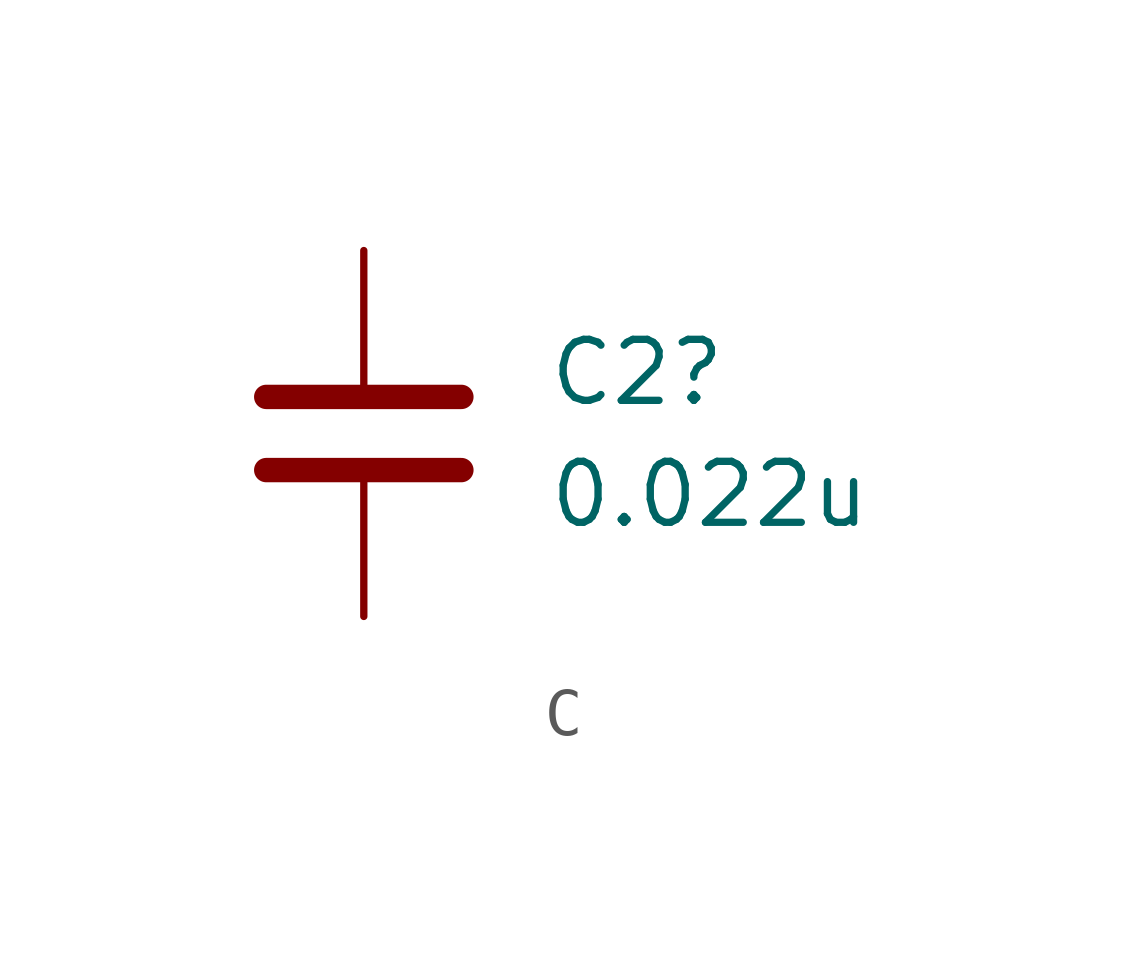
<source format=kicad_sym>
(kicad_symbol_lib
  (version 20231120)
  (generator "kicad_symbol_editor")
  (generator_version "8.0")
  (symbol "C"
    (pin_numbers hide)
    (pin_names
      (offset 0.254))
    (property "Reference" "C2"
      (at 3.81 1.27 0)
      (effects (font (size 1.27 1.27)) (justify left)))
    (property "Value" "0.022u"
      (at 3.81 -1.27 0)
      (effects (font (size 1.27 1.27)) (justify left)))
    (symbol "C_0_1"
      (polyline (pts (xy -2.032 -0.762) (xy 2.032 -0.762)) (stroke (width 0.508) (type default)) (fill (type none)))
      (polyline (pts (xy -2.032 0.762) (xy 2.032 0.762)) (stroke (width 0.508) (type default)) (fill (type none))))
    (symbol "C_1_1"
      (pin passive line (at 0 3.81 270) (length 2.794) (name "~" (effects (font (size 1.27 1.27)))) (number "1" (effects (font (size 1.27 1.27)))))
      (pin passive line (at 0 -3.81 90) (length 2.794) (name "~" (effects (font (size 1.27 1.27)))) (number "2" (effects (font (size 1.27 1.27))))))))
</source>
